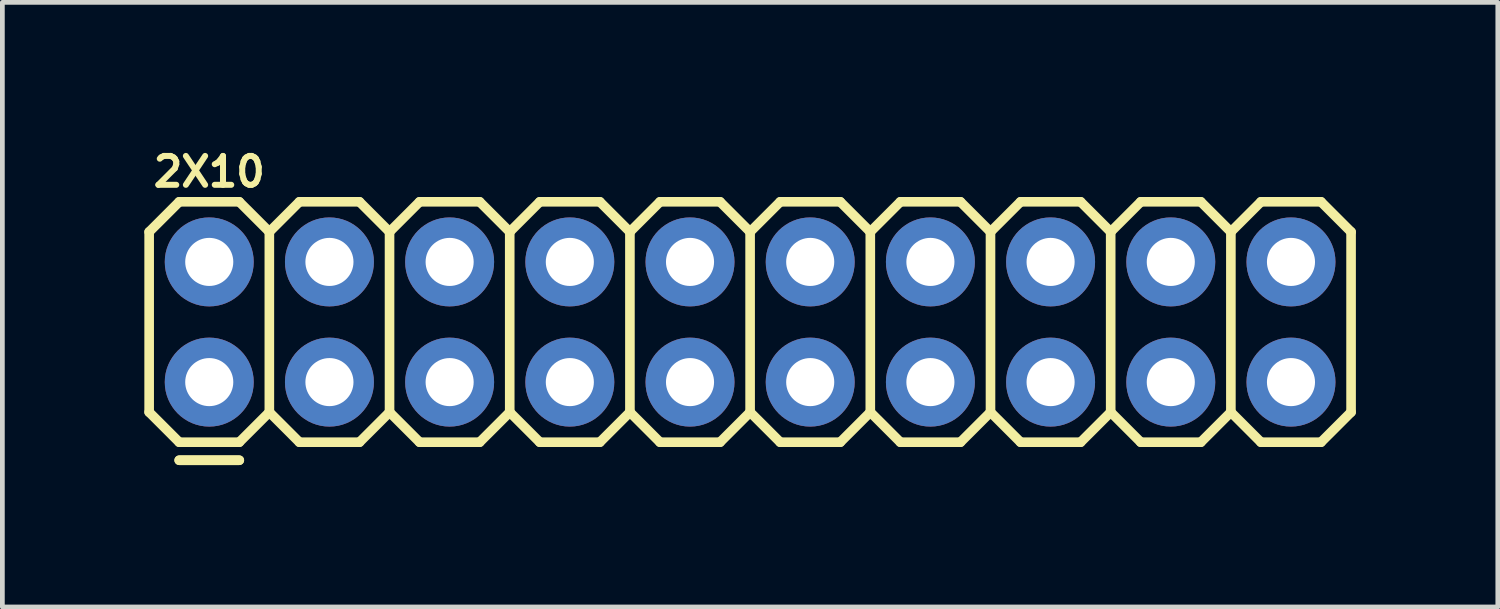
<source format=kicad_pcb>
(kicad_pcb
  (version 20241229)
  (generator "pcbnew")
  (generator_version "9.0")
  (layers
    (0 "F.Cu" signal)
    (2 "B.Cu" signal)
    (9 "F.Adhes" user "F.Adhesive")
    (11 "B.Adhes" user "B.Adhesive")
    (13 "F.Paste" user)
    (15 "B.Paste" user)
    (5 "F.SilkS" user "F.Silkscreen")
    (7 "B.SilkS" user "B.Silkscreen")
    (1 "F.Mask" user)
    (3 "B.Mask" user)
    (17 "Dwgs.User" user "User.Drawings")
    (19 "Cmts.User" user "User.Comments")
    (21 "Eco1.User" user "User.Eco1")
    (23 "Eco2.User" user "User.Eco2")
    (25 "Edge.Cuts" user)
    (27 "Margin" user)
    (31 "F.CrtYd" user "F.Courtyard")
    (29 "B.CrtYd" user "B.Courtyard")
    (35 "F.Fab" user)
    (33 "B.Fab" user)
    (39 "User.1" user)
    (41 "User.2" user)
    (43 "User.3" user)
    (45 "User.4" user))
  (footprint "2X10"
    (layer "F.Cu")
    (at 1.372 5.025)
    (property "Reference" "2X10" (at 0 -4.445 0) (layer "F.SilkS") (effects (font (size 0.61 0.61) (thickness 0.127))))
    (attr exclude_from_pos_files exclude_from_bom)
    (fp_line (start -1.27 -3.175) (end -0.635 -3.81) (stroke (width 0.203) (type solid)) (layer "F.SilkS"))
    (fp_line (start -1.27 0.635) (end -1.27 -3.175) (stroke (width 0.203) (type solid)) (layer "F.SilkS"))
    (fp_line (start -1.27 0.635) (end -0.635 1.27) (stroke (width 0.203) (type solid)) (layer "F.SilkS"))
    (fp_line (start -0.635 -3.81) (end 0.635 -3.81) (stroke (width 0.203) (type solid)) (layer "F.SilkS"))
    (fp_line (start -0.635 1.27) (end 0.635 1.27) (stroke (width 0.203) (type solid)) (layer "F.SilkS"))
    (fp_line (start -0.635 1.651) (end 0.635 1.651) (stroke (width 0.203) (type solid)) (layer "F.SilkS"))
    (fp_line (start -0.635 1.651) (end 0.635 1.651) (stroke (width 0.203) (type solid)) (layer "F.SilkS"))
    (fp_line (start 0.635 -3.81) (end 1.27 -3.175) (stroke (width 0.203) (type solid)) (layer "F.SilkS"))
    (fp_line (start 0.635 1.27) (end 1.27 0.635) (stroke (width 0.203) (type solid)) (layer "F.SilkS"))
    (fp_line (start 1.27 -3.175) (end 1.27 0.635) (stroke (width 0.203) (type solid)) (layer "F.SilkS"))
    (fp_line (start 1.27 -3.175) (end 1.905 -3.81) (stroke (width 0.203) (type solid)) (layer "F.SilkS"))
    (fp_line (start 1.27 0.635) (end 1.905 1.27) (stroke (width 0.203) (type solid)) (layer "F.SilkS"))
    (fp_line (start 1.905 -3.81) (end 3.175 -3.81) (stroke (width 0.203) (type solid)) (layer "F.SilkS"))
    (fp_line (start 1.905 1.27) (end 3.175 1.27) (stroke (width 0.203) (type solid)) (layer "F.SilkS"))
    (fp_line (start 3.175 -3.81) (end 3.81 -3.175) (stroke (width 0.203) (type solid)) (layer "F.SilkS"))
    (fp_line (start 3.175 1.27) (end 3.81 0.635) (stroke (width 0.203) (type solid)) (layer "F.SilkS"))
    (fp_line (start 3.81 -3.175) (end 3.81 0.635) (stroke (width 0.203) (type solid)) (layer "F.SilkS"))
    (fp_line (start 3.81 -3.175) (end 4.445 -3.81) (stroke (width 0.203) (type solid)) (layer "F.SilkS"))
    (fp_line (start 3.81 0.635) (end 4.445 1.27) (stroke (width 0.203) (type solid)) (layer "F.SilkS"))
    (fp_line (start 4.445 -3.81) (end 5.715 -3.81) (stroke (width 0.203) (type solid)) (layer "F.SilkS"))
    (fp_line (start 4.445 1.27) (end 5.715 1.27) (stroke (width 0.203) (type solid)) (layer "F.SilkS"))
    (fp_line (start 5.715 -3.81) (end 6.35 -3.175) (stroke (width 0.203) (type solid)) (layer "F.SilkS"))
    (fp_line (start 5.715 1.27) (end 6.35 0.635) (stroke (width 0.203) (type solid)) (layer "F.SilkS"))
    (fp_line (start 6.35 -3.175) (end 6.35 0.635) (stroke (width 0.203) (type solid)) (layer "F.SilkS"))
    (fp_line (start 6.35 -3.175) (end 6.985 -3.81) (stroke (width 0.203) (type solid)) (layer "F.SilkS"))
    (fp_line (start 6.35 0.635) (end 6.985 1.27) (stroke (width 0.203) (type solid)) (layer "F.SilkS"))
    (fp_line (start 6.985 -3.81) (end 8.255 -3.81) (stroke (width 0.203) (type solid)) (layer "F.SilkS"))
    (fp_line (start 6.985 1.27) (end 8.255 1.27) (stroke (width 0.203) (type solid)) (layer "F.SilkS"))
    (fp_line (start 8.255 -3.81) (end 8.89 -3.175) (stroke (width 0.203) (type solid)) (layer "F.SilkS"))
    (fp_line (start 8.255 1.27) (end 8.89 0.635) (stroke (width 0.203) (type solid)) (layer "F.SilkS"))
    (fp_line (start 8.89 -3.175) (end 8.89 0.635) (stroke (width 0.203) (type solid)) (layer "F.SilkS"))
    (fp_line (start 8.89 -3.175) (end 9.525 -3.81) (stroke (width 0.203) (type solid)) (layer "F.SilkS"))
    (fp_line (start 8.89 0.635) (end 9.525 1.27) (stroke (width 0.203) (type solid)) (layer "F.SilkS"))
    (fp_line (start 9.525 -3.81) (end 10.795 -3.81) (stroke (width 0.203) (type solid)) (layer "F.SilkS"))
    (fp_line (start 9.525 1.27) (end 10.795 1.27) (stroke (width 0.203) (type solid)) (layer "F.SilkS"))
    (fp_line (start 10.795 -3.81) (end 11.43 -3.175) (stroke (width 0.203) (type solid)) (layer "F.SilkS"))
    (fp_line (start 10.795 1.27) (end 11.43 0.635) (stroke (width 0.203) (type solid)) (layer "F.SilkS"))
    (fp_line (start 11.43 -3.175) (end 11.43 0.635) (stroke (width 0.203) (type solid)) (layer "F.SilkS"))
    (fp_line (start 11.43 -3.175) (end 12.065 -3.81) (stroke (width 0.203) (type solid)) (layer "F.SilkS"))
    (fp_line (start 11.43 0.635) (end 12.065 1.27) (stroke (width 0.203) (type solid)) (layer "F.SilkS"))
    (fp_line (start 12.065 -3.81) (end 13.335 -3.81) (stroke (width 0.203) (type solid)) (layer "F.SilkS"))
    (fp_line (start 12.065 1.27) (end 13.335 1.27) (stroke (width 0.203) (type solid)) (layer "F.SilkS"))
    (fp_line (start 13.335 -3.81) (end 13.97 -3.175) (stroke (width 0.203) (type solid)) (layer "F.SilkS"))
    (fp_line (start 13.335 1.27) (end 13.97 0.635) (stroke (width 0.203) (type solid)) (layer "F.SilkS"))
    (fp_line (start 13.97 -3.175) (end 13.97 0.635) (stroke (width 0.203) (type solid)) (layer "F.SilkS"))
    (fp_line (start 13.97 -3.175) (end 14.605 -3.81) (stroke (width 0.203) (type solid)) (layer "F.SilkS"))
    (fp_line (start 13.97 0.635) (end 14.605 1.27) (stroke (width 0.203) (type solid)) (layer "F.SilkS"))
    (fp_line (start 14.605 -3.81) (end 15.875 -3.81) (stroke (width 0.203) (type solid)) (layer "F.SilkS"))
    (fp_line (start 14.605 1.27) (end 15.875 1.27) (stroke (width 0.203) (type solid)) (layer "F.SilkS"))
    (fp_line (start 15.875 -3.81) (end 16.51 -3.175) (stroke (width 0.203) (type solid)) (layer "F.SilkS"))
    (fp_line (start 16.51 -3.175) (end 16.51 0.635) (stroke (width 0.203) (type solid)) (layer "F.SilkS"))
    (fp_line (start 16.51 -3.175) (end 17.145 -3.81) (stroke (width 0.203) (type solid)) (layer "F.SilkS"))
    (fp_line (start 16.51 0.635) (end 15.875 1.27) (stroke (width 0.203) (type solid)) (layer "F.SilkS"))
    (fp_line (start 16.51 0.635) (end 17.145 1.27) (stroke (width 0.203) (type solid)) (layer "F.SilkS"))
    (fp_line (start 17.145 -3.81) (end 18.415 -3.81) (stroke (width 0.203) (type solid)) (layer "F.SilkS"))
    (fp_line (start 17.145 1.27) (end 18.415 1.27) (stroke (width 0.203) (type solid)) (layer "F.SilkS"))
    (fp_line (start 18.415 -3.81) (end 19.05 -3.175) (stroke (width 0.203) (type solid)) (layer "F.SilkS"))
    (fp_line (start 19.05 -3.175) (end 19.05 0.635) (stroke (width 0.203) (type solid)) (layer "F.SilkS"))
    (fp_line (start 19.05 -3.175) (end 19.685 -3.81) (stroke (width 0.203) (type solid)) (layer "F.SilkS"))
    (fp_line (start 19.05 0.635) (end 18.415 1.27) (stroke (width 0.203) (type solid)) (layer "F.SilkS"))
    (fp_line (start 19.05 0.635) (end 19.685 1.27) (stroke (width 0.203) (type solid)) (layer "F.SilkS"))
    (fp_line (start 19.685 -3.81) (end 20.955 -3.81) (stroke (width 0.203) (type solid)) (layer "F.SilkS"))
    (fp_line (start 19.685 1.27) (end 20.955 1.27) (stroke (width 0.203) (type solid)) (layer "F.SilkS"))
    (fp_line (start 20.955 -3.81) (end 21.59 -3.175) (stroke (width 0.203) (type solid)) (layer "F.SilkS"))
    (fp_line (start 21.59 -3.175) (end 21.59 0.635) (stroke (width 0.203) (type solid)) (layer "F.SilkS"))
    (fp_line (start 21.59 -3.175) (end 22.225 -3.81) (stroke (width 0.203) (type solid)) (layer "F.SilkS"))
    (fp_line (start 21.59 0.635) (end 20.955 1.27) (stroke (width 0.203) (type solid)) (layer "F.SilkS"))
    (fp_line (start 21.59 0.635) (end 22.225 1.27) (stroke (width 0.203) (type solid)) (layer "F.SilkS"))
    (fp_line (start 22.225 -3.81) (end 23.495 -3.81) (stroke (width 0.203) (type solid)) (layer "F.SilkS"))
    (fp_line (start 22.225 1.27) (end 23.495 1.27) (stroke (width 0.203) (type solid)) (layer "F.SilkS"))
    (fp_line (start 23.495 -3.81) (end 24.13 -3.175) (stroke (width 0.203) (type solid)) (layer "F.SilkS"))
    (fp_line (start 24.13 -3.175) (end 24.13 0.635) (stroke (width 0.203) (type solid)) (layer "F.SilkS"))
    (fp_line (start 24.13 0.635) (end 23.495 1.27) (stroke (width 0.203) (type solid)) (layer "F.SilkS"))
    (pad "1" thru_hole circle (at 0 0) (size 1.88 1.88) (drill 1.016) (layers "*.Cu" "*.Mask"))
    (pad "2" thru_hole circle (at 0 -2.54) (size 1.88 1.88) (drill 1.016) (layers "*.Cu" "*.Mask"))
    (pad "3" thru_hole circle (at 2.54 0) (size 1.88 1.88) (drill 1.016) (layers "*.Cu" "*.Mask"))
    (pad "4" thru_hole circle (at 2.54 -2.54) (size 1.88 1.88) (drill 1.016) (layers "*.Cu" "*.Mask"))
    (pad "5" thru_hole circle (at 5.08 0) (size 1.88 1.88) (drill 1.016) (layers "*.Cu" "*.Mask"))
    (pad "6" thru_hole circle (at 5.08 -2.54) (size 1.88 1.88) (drill 1.016) (layers "*.Cu" "*.Mask"))
    (pad "7" thru_hole circle (at 7.62 0) (size 1.88 1.88) (drill 1.016) (layers "*.Cu" "*.Mask"))
    (pad "8" thru_hole circle (at 7.62 -2.54) (size 1.88 1.88) (drill 1.016) (layers "*.Cu" "*.Mask"))
    (pad "9" thru_hole circle (at 10.16 0) (size 1.88 1.88) (drill 1.016) (layers "*.Cu" "*.Mask"))
    (pad "10" thru_hole circle (at 10.16 -2.54) (size 1.88 1.88) (drill 1.016) (layers "*.Cu" "*.Mask"))
    (pad "11" thru_hole circle (at 12.7 0) (size 1.88 1.88) (drill 1.016) (layers "*.Cu" "*.Mask"))
    (pad "12" thru_hole circle (at 12.7 -2.54) (size 1.88 1.88) (drill 1.016) (layers "*.Cu" "*.Mask"))
    (pad "13" thru_hole circle (at 15.24 0) (size 1.88 1.88) (drill 1.016) (layers "*.Cu" "*.Mask"))
    (pad "14" thru_hole circle (at 15.24 -2.54) (size 1.88 1.88) (drill 1.016) (layers "*.Cu" "*.Mask"))
    (pad "15" thru_hole circle (at 17.78 0) (size 1.88 1.88) (drill 1.016) (layers "*.Cu" "*.Mask"))
    (pad "16" thru_hole circle (at 17.78 -2.54) (size 1.88 1.88) (drill 1.016) (layers "*.Cu" "*.Mask"))
    (pad "17" thru_hole circle (at 20.32 0) (size 1.88 1.88) (drill 1.016) (layers "*.Cu" "*.Mask"))
    (pad "18" thru_hole circle (at 20.32 -2.54) (size 1.88 1.88) (drill 1.016) (layers "*.Cu" "*.Mask"))
    (pad "19" thru_hole circle (at 22.86 0) (size 1.88 1.88) (drill 1.016) (layers "*.Cu" "*.Mask"))
    (pad "20" thru_hole circle (at 22.86 -2.54) (size 1.88 1.88) (drill 1.016) (layers "*.Cu" "*.Mask")))
  (gr_rect
    (start -3 -3)
    (end 28.603 9.777)
    (stroke (width 0.1) (type default))
    (fill no)
    (layer "Edge.Cuts")))
</source>
